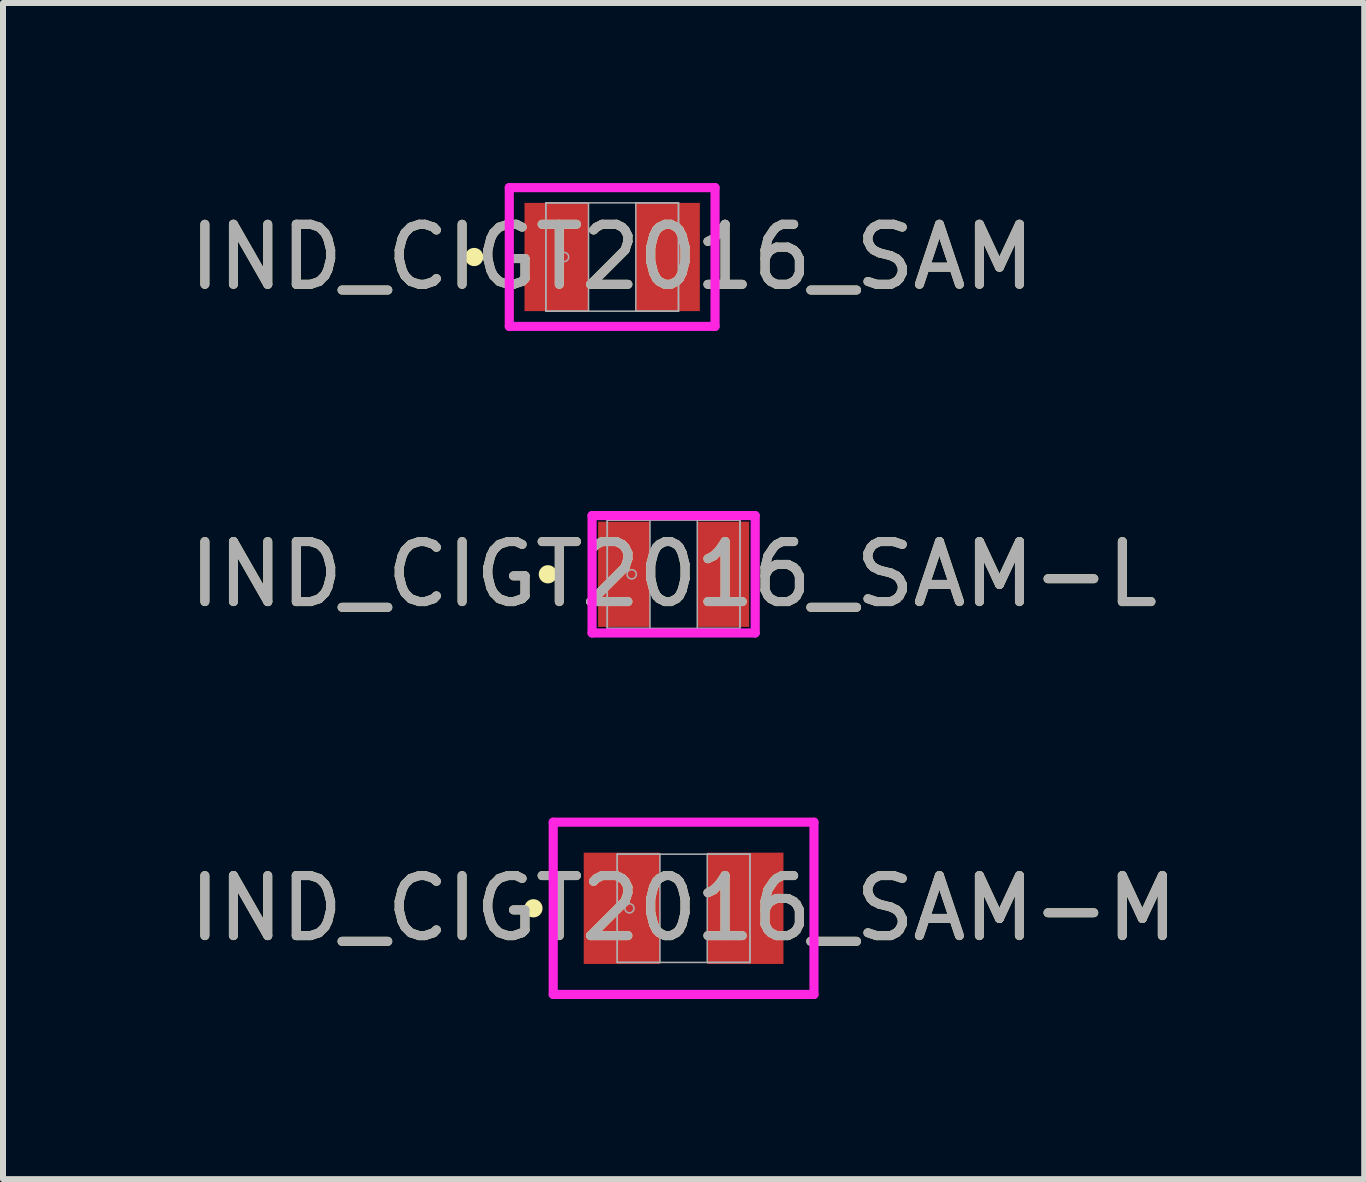
<source format=kicad_pcb>
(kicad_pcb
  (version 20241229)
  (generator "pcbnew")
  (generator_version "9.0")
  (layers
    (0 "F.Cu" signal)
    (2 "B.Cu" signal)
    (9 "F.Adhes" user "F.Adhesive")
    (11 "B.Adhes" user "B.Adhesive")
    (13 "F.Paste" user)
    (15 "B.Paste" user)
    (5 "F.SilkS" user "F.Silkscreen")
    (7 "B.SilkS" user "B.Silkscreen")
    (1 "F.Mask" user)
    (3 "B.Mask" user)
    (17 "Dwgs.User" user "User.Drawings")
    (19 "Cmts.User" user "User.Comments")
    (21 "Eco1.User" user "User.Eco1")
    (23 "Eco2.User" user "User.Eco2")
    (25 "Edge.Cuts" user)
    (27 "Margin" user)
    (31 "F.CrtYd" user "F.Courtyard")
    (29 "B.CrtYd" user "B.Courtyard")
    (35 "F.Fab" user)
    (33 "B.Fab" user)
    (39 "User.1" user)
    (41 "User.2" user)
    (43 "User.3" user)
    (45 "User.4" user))
  (footprint "IND_CIGT2016_SAM-L"
    (layer "F.Cu")
    (at 8.173 6.518)
    (property "Reference" "IND_CIGT2016_SAM-L" (at 0 0 0) (unlocked yes) (layer "F.SilkS") (effects (font (size 1 1) (thickness 0.15))))
    (attr smd)
    (fp_circle (center -2.095 0) (end -2.019 0) (stroke (width 0.152) (type solid)) (fill no) (layer "F.SilkS"))
    (fp_line (start -1.359 -0.978) (end 1.359 -0.978) (stroke (width 0.152) (type solid)) (layer "F.CrtYd"))
    (fp_line (start -1.359 0.978) (end -1.359 -0.978) (stroke (width 0.152) (type solid)) (layer "F.CrtYd"))
    (fp_line (start 1.359 -0.978) (end 1.359 0.978) (stroke (width 0.152) (type solid)) (layer "F.CrtYd"))
    (fp_line (start 1.359 0.978) (end -1.359 0.978) (stroke (width 0.152) (type solid)) (layer "F.CrtYd"))
    (fp_line (start -1.105 -0.902) (end -1.105 0.902) (stroke (width 0.025) (type solid)) (layer "F.Fab"))
    (fp_line (start -1.105 -0.902) (end -1.105 0.902) (stroke (width 0.025) (type solid)) (layer "F.Fab"))
    (fp_line (start -1.105 0.902) (end -0.394 0.902) (stroke (width 0.025) (type solid)) (layer "F.Fab"))
    (fp_line (start -1.105 0.902) (end 1.105 0.902) (stroke (width 0.025) (type solid)) (layer "F.Fab"))
    (fp_line (start -0.394 -0.902) (end -1.105 -0.902) (stroke (width 0.025) (type solid)) (layer "F.Fab"))
    (fp_line (start -0.394 0.902) (end -0.394 -0.902) (stroke (width 0.025) (type solid)) (layer "F.Fab"))
    (fp_line (start 0.394 -0.902) (end 0.394 0.902) (stroke (width 0.025) (type solid)) (layer "F.Fab"))
    (fp_line (start 0.394 0.902) (end 1.105 0.902) (stroke (width 0.025) (type solid)) (layer "F.Fab"))
    (fp_line (start 1.105 -0.902) (end -1.105 -0.902) (stroke (width 0.025) (type solid)) (layer "F.Fab"))
    (fp_line (start 1.105 -0.902) (end 0.394 -0.902) (stroke (width 0.025) (type solid)) (layer "F.Fab"))
    (fp_line (start 1.105 0.902) (end 1.105 -0.902) (stroke (width 0.025) (type solid)) (layer "F.Fab"))
    (fp_line (start 1.105 0.902) (end 1.105 -0.902) (stroke (width 0.025) (type solid)) (layer "F.Fab"))
    (fp_circle (center -0.699 0) (end -0.622 0) (stroke (width 0.025) (type solid)) (fill no) (layer "F.Fab"))
    (fp_text user "${REFERENCE}" (at 0 0 0) (unlocked yes) (layer "F.Fab") (effects (font (size 1 1) (thickness 0.15))))
    (pad "1" smd rect (at -0.826 0) (size 0.864 1.753) (layers "F.Cu" "F.Mask" "F.Paste"))
    (pad "2" smd rect (at 0.826 0) (size 0.864 1.753) (layers "F.Cu" "F.Mask" "F.Paste"))
    (zone (net_name "") (layer "F.Cu") (hatch full 0.508) (connect_pads) (min_thickness 0.254) (filled_areas_thickness no) (keepout (tracks not_allowed) (vias not_allowed) (pads allowed) (copperpour not_allowed) (footprints allowed)) (placement (enabled no)) (fill) (polygon (pts (xy 7.83 5.667) (xy 8.516 5.667) (xy 8.516 7.369) (xy 7.83 7.369)))))
  (footprint "IND_CIGT2016_SAM"
    (layer "F.Cu")
    (at 7.149 1.232)
    (property "Reference" "IND_CIGT2016_SAM" (at 0 0 0) (unlocked yes) (layer "F.SilkS") (effects (font (size 1 1) (thickness 0.15))))
    (attr smd)
    (fp_circle (center -2.299 0) (end -2.223 0) (stroke (width 0.152) (type solid)) (fill no) (layer "F.SilkS"))
    (fp_line (start -1.714 -1.156) (end 1.714 -1.156) (stroke (width 0.152) (type solid)) (layer "F.CrtYd"))
    (fp_line (start -1.714 1.156) (end -1.714 -1.156) (stroke (width 0.152) (type solid)) (layer "F.CrtYd"))
    (fp_line (start 1.714 -1.156) (end 1.714 1.156) (stroke (width 0.152) (type solid)) (layer "F.CrtYd"))
    (fp_line (start 1.714 1.156) (end -1.714 1.156) (stroke (width 0.152) (type solid)) (layer "F.CrtYd"))
    (fp_line (start -1.105 -0.902) (end -1.105 0.902) (stroke (width 0.025) (type solid)) (layer "F.Fab"))
    (fp_line (start -1.105 -0.902) (end -1.105 0.902) (stroke (width 0.025) (type solid)) (layer "F.Fab"))
    (fp_line (start -1.105 0.902) (end -0.394 0.902) (stroke (width 0.025) (type solid)) (layer "F.Fab"))
    (fp_line (start -1.105 0.902) (end 1.105 0.902) (stroke (width 0.025) (type solid)) (layer "F.Fab"))
    (fp_line (start -0.394 -0.902) (end -1.105 -0.902) (stroke (width 0.025) (type solid)) (layer "F.Fab"))
    (fp_line (start -0.394 0.902) (end -0.394 -0.902) (stroke (width 0.025) (type solid)) (layer "F.Fab"))
    (fp_line (start 0.394 -0.902) (end 0.394 0.902) (stroke (width 0.025) (type solid)) (layer "F.Fab"))
    (fp_line (start 0.394 0.902) (end 1.105 0.902) (stroke (width 0.025) (type solid)) (layer "F.Fab"))
    (fp_line (start 1.105 -0.902) (end -1.105 -0.902) (stroke (width 0.025) (type solid)) (layer "F.Fab"))
    (fp_line (start 1.105 -0.902) (end 0.394 -0.902) (stroke (width 0.025) (type solid)) (layer "F.Fab"))
    (fp_line (start 1.105 0.902) (end 1.105 -0.902) (stroke (width 0.025) (type solid)) (layer "F.Fab"))
    (fp_line (start 1.105 0.902) (end 1.105 -0.902) (stroke (width 0.025) (type solid)) (layer "F.Fab"))
    (fp_circle (center -0.8 0) (end -0.724 0) (stroke (width 0.025) (type solid)) (fill no) (layer "F.Fab"))
    (fp_text user "${REFERENCE}" (at 0 0 0) (unlocked yes) (layer "F.Fab") (effects (font (size 1 1) (thickness 0.15))))
    (pad "1" smd rect (at -0.927 0) (size 1.067 1.803) (layers "F.Cu" "F.Mask" "F.Paste"))
    (pad "2" smd rect (at 0.927 0) (size 1.067 1.803) (layers "F.Cu" "F.Mask" "F.Paste"))
    (zone (net_name "") (layer "F.Cu") (hatch full 0.508) (connect_pads) (min_thickness 0.254) (filled_areas_thickness no) (keepout (tracks not_allowed) (vias not_allowed) (pads allowed) (copperpour not_allowed) (footprints allowed)) (placement (enabled no)) (fill) (polygon (pts (xy 6.806 0.381) (xy 7.492 0.381) (xy 7.492 2.083) (xy 6.806 2.083)))))
  (footprint "IND_CIGT2016_SAM-M"
    (layer "F.Cu")
    (at 8.339 12.083)
    (property "Reference" "IND_CIGT2016_SAM-M" (at 0 0 0) (unlocked yes) (layer "F.SilkS") (effects (font (size 1 1) (thickness 0.15))))
    (attr smd)
    (fp_circle (center -2.502 0) (end -2.426 0) (stroke (width 0.152) (type solid)) (fill no) (layer "F.SilkS"))
    (fp_line (start -2.172 -1.435) (end 2.172 -1.435) (stroke (width 0.152) (type solid)) (layer "F.CrtYd"))
    (fp_line (start -2.172 1.435) (end -2.172 -1.435) (stroke (width 0.152) (type solid)) (layer "F.CrtYd"))
    (fp_line (start 2.172 -1.435) (end 2.172 1.435) (stroke (width 0.152) (type solid)) (layer "F.CrtYd"))
    (fp_line (start 2.172 1.435) (end -2.172 1.435) (stroke (width 0.152) (type solid)) (layer "F.CrtYd"))
    (fp_line (start -1.105 -0.902) (end -1.105 0.902) (stroke (width 0.025) (type solid)) (layer "F.Fab"))
    (fp_line (start -1.105 -0.902) (end -1.105 0.902) (stroke (width 0.025) (type solid)) (layer "F.Fab"))
    (fp_line (start -1.105 0.902) (end -0.394 0.902) (stroke (width 0.025) (type solid)) (layer "F.Fab"))
    (fp_line (start -1.105 0.902) (end 1.105 0.902) (stroke (width 0.025) (type solid)) (layer "F.Fab"))
    (fp_line (start -0.394 -0.902) (end -1.105 -0.902) (stroke (width 0.025) (type solid)) (layer "F.Fab"))
    (fp_line (start -0.394 0.902) (end -0.394 -0.902) (stroke (width 0.025) (type solid)) (layer "F.Fab"))
    (fp_line (start 0.394 -0.902) (end 0.394 0.902) (stroke (width 0.025) (type solid)) (layer "F.Fab"))
    (fp_line (start 0.394 0.902) (end 1.105 0.902) (stroke (width 0.025) (type solid)) (layer "F.Fab"))
    (fp_line (start 1.105 -0.902) (end -1.105 -0.902) (stroke (width 0.025) (type solid)) (layer "F.Fab"))
    (fp_line (start 1.105 -0.902) (end 0.394 -0.902) (stroke (width 0.025) (type solid)) (layer "F.Fab"))
    (fp_line (start 1.105 0.902) (end 1.105 -0.902) (stroke (width 0.025) (type solid)) (layer "F.Fab"))
    (fp_line (start 1.105 0.902) (end 1.105 -0.902) (stroke (width 0.025) (type solid)) (layer "F.Fab"))
    (fp_circle (center -0.902 0) (end -0.826 0) (stroke (width 0.025) (type solid)) (fill no) (layer "F.Fab"))
    (fp_text user "${REFERENCE}" (at 0 0 0) (unlocked yes) (layer "F.Fab") (effects (font (size 1 1) (thickness 0.15))))
    (pad "1" smd rect (at -1.029 0) (size 1.27 1.854) (layers "F.Cu" "F.Mask" "F.Paste"))
    (pad "2" smd rect (at 1.029 0) (size 1.27 1.854) (layers "F.Cu" "F.Mask" "F.Paste"))
    (zone (net_name "") (layer "F.Cu") (hatch full 0.508) (connect_pads) (min_thickness 0.254) (filled_areas_thickness no) (keepout (tracks not_allowed) (vias not_allowed) (pads allowed) (copperpour not_allowed) (footprints allowed)) (placement (enabled no)) (fill) (polygon (pts (xy 7.996 11.232) (xy 8.682 11.232) (xy 8.682 12.934) (xy 7.996 12.934)))))
  (gr_rect
    (start -3 -3)
    (end 19.679 16.595)
    (stroke (width 0.1) (type default))
    (fill no)
    (layer "Edge.Cuts")))
</source>
